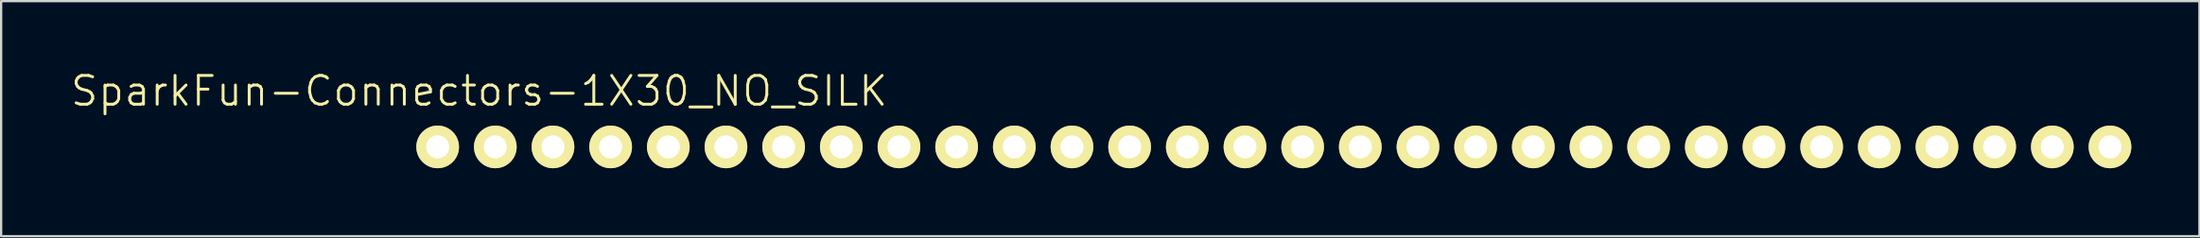
<source format=kicad_pcb>
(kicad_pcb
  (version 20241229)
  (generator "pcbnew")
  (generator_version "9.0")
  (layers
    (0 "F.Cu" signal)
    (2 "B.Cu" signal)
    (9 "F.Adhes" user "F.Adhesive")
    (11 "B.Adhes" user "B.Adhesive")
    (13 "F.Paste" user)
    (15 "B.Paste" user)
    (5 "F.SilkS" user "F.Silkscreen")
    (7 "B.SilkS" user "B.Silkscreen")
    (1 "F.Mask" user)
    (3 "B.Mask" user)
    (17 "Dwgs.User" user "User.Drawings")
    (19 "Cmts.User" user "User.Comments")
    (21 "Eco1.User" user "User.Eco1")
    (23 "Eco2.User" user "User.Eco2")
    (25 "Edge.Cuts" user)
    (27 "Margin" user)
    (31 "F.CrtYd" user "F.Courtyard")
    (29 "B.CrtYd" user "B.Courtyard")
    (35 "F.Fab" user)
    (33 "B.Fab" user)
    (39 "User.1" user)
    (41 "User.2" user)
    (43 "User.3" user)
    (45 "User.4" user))
  (footprint "SparkFun-Connectors-1X30_NO_SILK"
    (layer "F.Cu")
    (at 16.226 3.43)
    (property "Reference" "SparkFun-Connectors-1X30_NO_SILK" (at 1.829 -2.464 0) (layer "F.SilkS") (effects (font (size 1.27 1.27) (thickness 0.127))))
    (attr exclude_from_pos_files exclude_from_bom)
    (fp_line (start -0.254 -0.254) (end 0.254 -0.254) (stroke (width 0.066) (type solid)) (layer "F.SilkS"))
    (fp_line (start -0.254 0.254) (end -0.254 -0.254) (stroke (width 0.066) (type solid)) (layer "F.SilkS"))
    (fp_line (start -0.254 0.254) (end 0.254 0.254) (stroke (width 0.066) (type solid)) (layer "F.SilkS"))
    (fp_line (start 0.254 0.254) (end 0.254 -0.254) (stroke (width 0.066) (type solid)) (layer "F.SilkS"))
    (fp_line (start 2.286 -0.254) (end 2.794 -0.254) (stroke (width 0.066) (type solid)) (layer "F.SilkS"))
    (fp_line (start 2.286 0.254) (end 2.286 -0.254) (stroke (width 0.066) (type solid)) (layer "F.SilkS"))
    (fp_line (start 2.286 0.254) (end 2.794 0.254) (stroke (width 0.066) (type solid)) (layer "F.SilkS"))
    (fp_line (start 2.794 0.254) (end 2.794 -0.254) (stroke (width 0.066) (type solid)) (layer "F.SilkS"))
    (fp_line (start 4.826 -0.254) (end 5.334 -0.254) (stroke (width 0.066) (type solid)) (layer "F.SilkS"))
    (fp_line (start 4.826 0.254) (end 4.826 -0.254) (stroke (width 0.066) (type solid)) (layer "F.SilkS"))
    (fp_line (start 4.826 0.254) (end 5.334 0.254) (stroke (width 0.066) (type solid)) (layer "F.SilkS"))
    (fp_line (start 5.334 0.254) (end 5.334 -0.254) (stroke (width 0.066) (type solid)) (layer "F.SilkS"))
    (fp_line (start 7.366 -0.254) (end 7.874 -0.254) (stroke (width 0.066) (type solid)) (layer "F.SilkS"))
    (fp_line (start 7.366 0.254) (end 7.366 -0.254) (stroke (width 0.066) (type solid)) (layer "F.SilkS"))
    (fp_line (start 7.366 0.254) (end 7.874 0.254) (stroke (width 0.066) (type solid)) (layer "F.SilkS"))
    (fp_line (start 7.874 0.254) (end 7.874 -0.254) (stroke (width 0.066) (type solid)) (layer "F.SilkS"))
    (fp_line (start 9.906 -0.254) (end 10.414 -0.254) (stroke (width 0.066) (type solid)) (layer "F.SilkS"))
    (fp_line (start 9.906 0.254) (end 9.906 -0.254) (stroke (width 0.066) (type solid)) (layer "F.SilkS"))
    (fp_line (start 9.906 0.254) (end 10.414 0.254) (stroke (width 0.066) (type solid)) (layer "F.SilkS"))
    (fp_line (start 10.414 0.254) (end 10.414 -0.254) (stroke (width 0.066) (type solid)) (layer "F.SilkS"))
    (fp_line (start 12.446 -0.254) (end 12.954 -0.254) (stroke (width 0.066) (type solid)) (layer "F.SilkS"))
    (fp_line (start 12.446 0.254) (end 12.446 -0.254) (stroke (width 0.066) (type solid)) (layer "F.SilkS"))
    (fp_line (start 12.446 0.254) (end 12.954 0.254) (stroke (width 0.066) (type solid)) (layer "F.SilkS"))
    (fp_line (start 12.954 0.254) (end 12.954 -0.254) (stroke (width 0.066) (type solid)) (layer "F.SilkS"))
    (fp_line (start 14.986 -0.254) (end 15.494 -0.254) (stroke (width 0.066) (type solid)) (layer "F.SilkS"))
    (fp_line (start 14.986 0.254) (end 14.986 -0.254) (stroke (width 0.066) (type solid)) (layer "F.SilkS"))
    (fp_line (start 14.986 0.254) (end 15.494 0.254) (stroke (width 0.066) (type solid)) (layer "F.SilkS"))
    (fp_line (start 15.494 0.254) (end 15.494 -0.254) (stroke (width 0.066) (type solid)) (layer "F.SilkS"))
    (fp_line (start 17.523 -0.254) (end 18.034 -0.254) (stroke (width 0.066) (type solid)) (layer "F.SilkS"))
    (fp_line (start 17.523 0.254) (end 17.523 -0.254) (stroke (width 0.066) (type solid)) (layer "F.SilkS"))
    (fp_line (start 17.523 0.254) (end 18.034 0.254) (stroke (width 0.066) (type solid)) (layer "F.SilkS"))
    (fp_line (start 18.034 0.254) (end 18.034 -0.254) (stroke (width 0.066) (type solid)) (layer "F.SilkS"))
    (fp_line (start 20.066 -0.254) (end 20.574 -0.254) (stroke (width 0.066) (type solid)) (layer "F.SilkS"))
    (fp_line (start 20.066 0.254) (end 20.066 -0.254) (stroke (width 0.066) (type solid)) (layer "F.SilkS"))
    (fp_line (start 20.066 0.254) (end 20.574 0.254) (stroke (width 0.066) (type solid)) (layer "F.SilkS"))
    (fp_line (start 20.574 0.254) (end 20.574 -0.254) (stroke (width 0.066) (type solid)) (layer "F.SilkS"))
    (fp_line (start 22.606 -0.254) (end 23.114 -0.254) (stroke (width 0.066) (type solid)) (layer "F.SilkS"))
    (fp_line (start 22.606 0.254) (end 22.606 -0.254) (stroke (width 0.066) (type solid)) (layer "F.SilkS"))
    (fp_line (start 22.606 0.254) (end 23.114 0.254) (stroke (width 0.066) (type solid)) (layer "F.SilkS"))
    (fp_line (start 23.114 0.254) (end 23.114 -0.254) (stroke (width 0.066) (type solid)) (layer "F.SilkS"))
    (fp_line (start 25.146 -0.254) (end 25.654 -0.254) (stroke (width 0.066) (type solid)) (layer "F.SilkS"))
    (fp_line (start 25.146 0.254) (end 25.146 -0.254) (stroke (width 0.066) (type solid)) (layer "F.SilkS"))
    (fp_line (start 25.146 0.254) (end 25.654 0.254) (stroke (width 0.066) (type solid)) (layer "F.SilkS"))
    (fp_line (start 25.654 0.254) (end 25.654 -0.254) (stroke (width 0.066) (type solid)) (layer "F.SilkS"))
    (fp_line (start 27.686 -0.254) (end 28.194 -0.254) (stroke (width 0.066) (type solid)) (layer "F.SilkS"))
    (fp_line (start 27.686 0.254) (end 27.686 -0.254) (stroke (width 0.066) (type solid)) (layer "F.SilkS"))
    (fp_line (start 27.686 0.254) (end 28.194 0.254) (stroke (width 0.066) (type solid)) (layer "F.SilkS"))
    (fp_line (start 28.194 0.254) (end 28.194 -0.254) (stroke (width 0.066) (type solid)) (layer "F.SilkS"))
    (fp_line (start 30.226 -0.254) (end 30.734 -0.254) (stroke (width 0.066) (type solid)) (layer "F.SilkS"))
    (fp_line (start 30.226 0.254) (end 30.226 -0.254) (stroke (width 0.066) (type solid)) (layer "F.SilkS"))
    (fp_line (start 30.226 0.254) (end 30.734 0.254) (stroke (width 0.066) (type solid)) (layer "F.SilkS"))
    (fp_line (start 30.734 0.254) (end 30.734 -0.254) (stroke (width 0.066) (type solid)) (layer "F.SilkS"))
    (fp_line (start 32.766 -0.254) (end 33.274 -0.254) (stroke (width 0.066) (type solid)) (layer "F.SilkS"))
    (fp_line (start 32.766 0.254) (end 32.766 -0.254) (stroke (width 0.066) (type solid)) (layer "F.SilkS"))
    (fp_line (start 32.766 0.254) (end 33.274 0.254) (stroke (width 0.066) (type solid)) (layer "F.SilkS"))
    (fp_line (start 33.274 0.254) (end 33.274 -0.254) (stroke (width 0.066) (type solid)) (layer "F.SilkS"))
    (fp_line (start 35.303 -0.254) (end 35.814 -0.254) (stroke (width 0.066) (type solid)) (layer "F.SilkS"))
    (fp_line (start 35.303 0.254) (end 35.303 -0.254) (stroke (width 0.066) (type solid)) (layer "F.SilkS"))
    (fp_line (start 35.303 0.254) (end 35.814 0.254) (stroke (width 0.066) (type solid)) (layer "F.SilkS"))
    (fp_line (start 35.814 0.254) (end 35.814 -0.254) (stroke (width 0.066) (type solid)) (layer "F.SilkS"))
    (fp_line (start 37.846 -0.254) (end 38.354 -0.254) (stroke (width 0.066) (type solid)) (layer "F.SilkS"))
    (fp_line (start 37.846 0.254) (end 37.846 -0.254) (stroke (width 0.066) (type solid)) (layer "F.SilkS"))
    (fp_line (start 37.846 0.254) (end 38.354 0.254) (stroke (width 0.066) (type solid)) (layer "F.SilkS"))
    (fp_line (start 38.354 0.254) (end 38.354 -0.254) (stroke (width 0.066) (type solid)) (layer "F.SilkS"))
    (fp_line (start 40.386 -0.254) (end 40.894 -0.254) (stroke (width 0.066) (type solid)) (layer "F.SilkS"))
    (fp_line (start 40.386 0.254) (end 40.386 -0.254) (stroke (width 0.066) (type solid)) (layer "F.SilkS"))
    (fp_line (start 40.386 0.254) (end 40.894 0.254) (stroke (width 0.066) (type solid)) (layer "F.SilkS"))
    (fp_line (start 40.894 0.254) (end 40.894 -0.254) (stroke (width 0.066) (type solid)) (layer "F.SilkS"))
    (fp_line (start 42.926 -0.254) (end 43.434 -0.254) (stroke (width 0.066) (type solid)) (layer "F.SilkS"))
    (fp_line (start 42.926 0.254) (end 42.926 -0.254) (stroke (width 0.066) (type solid)) (layer "F.SilkS"))
    (fp_line (start 42.926 0.254) (end 43.434 0.254) (stroke (width 0.066) (type solid)) (layer "F.SilkS"))
    (fp_line (start 43.434 0.254) (end 43.434 -0.254) (stroke (width 0.066) (type solid)) (layer "F.SilkS"))
    (fp_line (start 45.466 -0.254) (end 45.974 -0.254) (stroke (width 0.066) (type solid)) (layer "F.SilkS"))
    (fp_line (start 45.466 0.254) (end 45.466 -0.254) (stroke (width 0.066) (type solid)) (layer "F.SilkS"))
    (fp_line (start 45.466 0.254) (end 45.974 0.254) (stroke (width 0.066) (type solid)) (layer "F.SilkS"))
    (fp_line (start 45.974 0.254) (end 45.974 -0.254) (stroke (width 0.066) (type solid)) (layer "F.SilkS"))
    (fp_line (start 48.006 -0.254) (end 48.514 -0.254) (stroke (width 0.066) (type solid)) (layer "F.SilkS"))
    (fp_line (start 48.006 0.254) (end 48.006 -0.254) (stroke (width 0.066) (type solid)) (layer "F.SilkS"))
    (fp_line (start 48.006 0.254) (end 48.514 0.254) (stroke (width 0.066) (type solid)) (layer "F.SilkS"))
    (fp_line (start 48.514 0.254) (end 48.514 -0.254) (stroke (width 0.066) (type solid)) (layer "F.SilkS"))
    (fp_line (start 50.546 -0.254) (end 51.051 -0.254) (stroke (width 0.066) (type solid)) (layer "F.SilkS"))
    (fp_line (start 50.546 0.254) (end 50.546 -0.254) (stroke (width 0.066) (type solid)) (layer "F.SilkS"))
    (fp_line (start 50.546 0.254) (end 51.051 0.254) (stroke (width 0.066) (type solid)) (layer "F.SilkS"))
    (fp_line (start 51.051 0.254) (end 51.051 -0.254) (stroke (width 0.066) (type solid)) (layer "F.SilkS"))
    (fp_line (start 53.086 -0.254) (end 53.594 -0.254) (stroke (width 0.066) (type solid)) (layer "F.SilkS"))
    (fp_line (start 53.086 0.254) (end 53.086 -0.254) (stroke (width 0.066) (type solid)) (layer "F.SilkS"))
    (fp_line (start 53.086 0.254) (end 53.594 0.254) (stroke (width 0.066) (type solid)) (layer "F.SilkS"))
    (fp_line (start 53.594 0.254) (end 53.594 -0.254) (stroke (width 0.066) (type solid)) (layer "F.SilkS"))
    (fp_line (start 55.626 -0.254) (end 56.134 -0.254) (stroke (width 0.066) (type solid)) (layer "F.SilkS"))
    (fp_line (start 55.626 0.254) (end 55.626 -0.254) (stroke (width 0.066) (type solid)) (layer "F.SilkS"))
    (fp_line (start 55.626 0.254) (end 56.134 0.254) (stroke (width 0.066) (type solid)) (layer "F.SilkS"))
    (fp_line (start 56.134 0.254) (end 56.134 -0.254) (stroke (width 0.066) (type solid)) (layer "F.SilkS"))
    (fp_line (start 58.166 -0.254) (end 58.674 -0.254) (stroke (width 0.066) (type solid)) (layer "F.SilkS"))
    (fp_line (start 58.166 0.254) (end 58.166 -0.254) (stroke (width 0.066) (type solid)) (layer "F.SilkS"))
    (fp_line (start 58.166 0.254) (end 58.674 0.254) (stroke (width 0.066) (type solid)) (layer "F.SilkS"))
    (fp_line (start 58.674 0.254) (end 58.674 -0.254) (stroke (width 0.066) (type solid)) (layer "F.SilkS"))
    (fp_line (start 60.706 -0.254) (end 61.214 -0.254) (stroke (width 0.066) (type solid)) (layer "F.SilkS"))
    (fp_line (start 60.706 0.254) (end 60.706 -0.254) (stroke (width 0.066) (type solid)) (layer "F.SilkS"))
    (fp_line (start 60.706 0.254) (end 61.214 0.254) (stroke (width 0.066) (type solid)) (layer "F.SilkS"))
    (fp_line (start 61.214 0.254) (end 61.214 -0.254) (stroke (width 0.066) (type solid)) (layer "F.SilkS"))
    (fp_line (start 63.246 -0.254) (end 63.751 -0.254) (stroke (width 0.066) (type solid)) (layer "F.SilkS"))
    (fp_line (start 63.246 0.254) (end 63.246 -0.254) (stroke (width 0.066) (type solid)) (layer "F.SilkS"))
    (fp_line (start 63.246 0.254) (end 63.751 0.254) (stroke (width 0.066) (type solid)) (layer "F.SilkS"))
    (fp_line (start 63.751 0.254) (end 63.751 -0.254) (stroke (width 0.066) (type solid)) (layer "F.SilkS"))
    (fp_line (start 65.786 -0.254) (end 66.294 -0.254) (stroke (width 0.066) (type solid)) (layer "F.SilkS"))
    (fp_line (start 65.786 0.254) (end 65.786 -0.254) (stroke (width 0.066) (type solid)) (layer "F.SilkS"))
    (fp_line (start 65.786 0.254) (end 66.294 0.254) (stroke (width 0.066) (type solid)) (layer "F.SilkS"))
    (fp_line (start 66.294 0.254) (end 66.294 -0.254) (stroke (width 0.066) (type solid)) (layer "F.SilkS"))
    (fp_line (start 68.326 -0.254) (end 68.834 -0.254) (stroke (width 0.066) (type solid)) (layer "F.SilkS"))
    (fp_line (start 68.326 0.254) (end 68.326 -0.254) (stroke (width 0.066) (type solid)) (layer "F.SilkS"))
    (fp_line (start 68.326 0.254) (end 68.834 0.254) (stroke (width 0.066) (type solid)) (layer "F.SilkS"))
    (fp_line (start 68.834 0.254) (end 68.834 -0.254) (stroke (width 0.066) (type solid)) (layer "F.SilkS"))
    (fp_line (start 70.866 -0.254) (end 71.374 -0.254) (stroke (width 0.066) (type solid)) (layer "F.SilkS"))
    (fp_line (start 70.866 0.254) (end 70.866 -0.254) (stroke (width 0.066) (type solid)) (layer "F.SilkS"))
    (fp_line (start 70.866 0.254) (end 71.374 0.254) (stroke (width 0.066) (type solid)) (layer "F.SilkS"))
    (fp_line (start 71.374 0.254) (end 71.374 -0.254) (stroke (width 0.066) (type solid)) (layer "F.SilkS"))
    (fp_line (start 73.406 -0.254) (end 73.914 -0.254) (stroke (width 0.066) (type solid)) (layer "F.SilkS"))
    (fp_line (start 73.406 0.254) (end 73.406 -0.254) (stroke (width 0.066) (type solid)) (layer "F.SilkS"))
    (fp_line (start 73.406 0.254) (end 73.914 0.254) (stroke (width 0.066) (type solid)) (layer "F.SilkS"))
    (fp_line (start 73.914 0.254) (end 73.914 -0.254) (stroke (width 0.066) (type solid)) (layer "F.SilkS"))
    (pad "1" thru_hole circle (at 0 0) (size 1.88 1.88) (drill 1.016) (layers "*.Cu" "F.Mask" "F.SilkS" "F.Paste"))
    (pad "2" thru_hole circle (at 2.54 0) (size 1.88 1.88) (drill 1.016) (layers "*.Cu" "F.Mask" "F.SilkS" "F.Paste"))
    (pad "3" thru_hole circle (at 5.08 0) (size 1.88 1.88) (drill 1.016) (layers "*.Cu" "F.Mask" "F.SilkS" "F.Paste"))
    (pad "4" thru_hole circle (at 7.62 0) (size 1.88 1.88) (drill 1.016) (layers "*.Cu" "F.Mask" "F.SilkS" "F.Paste"))
    (pad "5" thru_hole circle (at 10.16 0) (size 1.88 1.88) (drill 1.016) (layers "*.Cu" "F.Mask" "F.SilkS" "F.Paste"))
    (pad "6" thru_hole circle (at 12.7 0) (size 1.88 1.88) (drill 1.016) (layers "*.Cu" "F.Mask" "F.SilkS" "F.Paste"))
    (pad "7" thru_hole circle (at 15.24 0) (size 1.88 1.88) (drill 1.016) (layers "*.Cu" "F.Mask" "F.SilkS" "F.Paste"))
    (pad "8" thru_hole circle (at 17.78 0) (size 1.88 1.88) (drill 1.016) (layers "*.Cu" "F.Mask" "F.SilkS" "F.Paste"))
    (pad "9" thru_hole circle (at 20.32 0) (size 1.88 1.88) (drill 1.016) (layers "*.Cu" "F.Mask" "F.SilkS" "F.Paste"))
    (pad "10" thru_hole circle (at 22.86 0) (size 1.88 1.88) (drill 1.016) (layers "*.Cu" "F.Mask" "F.SilkS" "F.Paste"))
    (pad "11" thru_hole circle (at 25.4 0) (size 1.88 1.88) (drill 1.016) (layers "*.Cu" "F.Mask" "F.SilkS" "F.Paste"))
    (pad "12" thru_hole circle (at 27.94 0) (size 1.88 1.88) (drill 1.016) (layers "*.Cu" "F.Mask" "F.SilkS" "F.Paste"))
    (pad "13" thru_hole circle (at 30.48 0) (size 1.88 1.88) (drill 1.016) (layers "*.Cu" "F.Mask" "F.SilkS" "F.Paste"))
    (pad "14" thru_hole circle (at 33.02 0) (size 1.88 1.88) (drill 1.016) (layers "*.Cu" "F.Mask" "F.SilkS" "F.Paste"))
    (pad "15" thru_hole circle (at 35.56 0) (size 1.88 1.88) (drill 1.016) (layers "*.Cu" "F.Mask" "F.SilkS" "F.Paste"))
    (pad "16" thru_hole circle (at 38.1 0) (size 1.88 1.88) (drill 1.016) (layers "*.Cu" "F.Mask" "F.SilkS" "F.Paste"))
    (pad "17" thru_hole circle (at 40.64 0) (size 1.88 1.88) (drill 1.016) (layers "*.Cu" "F.Mask" "F.SilkS" "F.Paste"))
    (pad "18" thru_hole circle (at 43.18 0) (size 1.88 1.88) (drill 1.016) (layers "*.Cu" "F.Mask" "F.SilkS" "F.Paste"))
    (pad "19" thru_hole circle (at 45.72 0) (size 1.88 1.88) (drill 1.016) (layers "*.Cu" "F.Mask" "F.SilkS" "F.Paste"))
    (pad "20" thru_hole circle (at 48.26 0) (size 1.88 1.88) (drill 1.016) (layers "*.Cu" "F.Mask" "F.SilkS" "F.Paste"))
    (pad "21" thru_hole circle (at 50.8 0) (size 1.88 1.88) (drill 1.016) (layers "*.Cu" "F.Mask" "F.SilkS" "F.Paste"))
    (pad "22" thru_hole circle (at 53.34 0) (size 1.88 1.88) (drill 1.016) (layers "*.Cu" "F.Mask" "F.SilkS" "F.Paste"))
    (pad "23" thru_hole circle (at 55.88 0) (size 1.88 1.88) (drill 1.016) (layers "*.Cu" "F.Mask" "F.SilkS" "F.Paste"))
    (pad "24" thru_hole circle (at 58.42 0) (size 1.88 1.88) (drill 1.016) (layers "*.Cu" "F.Mask" "F.SilkS" "F.Paste"))
    (pad "25" thru_hole circle (at 60.96 0) (size 1.88 1.88) (drill 1.016) (layers "*.Cu" "F.Mask" "F.SilkS" "F.Paste"))
    (pad "26" thru_hole circle (at 63.5 0) (size 1.88 1.88) (drill 1.016) (layers "*.Cu" "F.Mask" "F.SilkS" "F.Paste"))
    (pad "27" thru_hole circle (at 66.04 0) (size 1.88 1.88) (drill 1.016) (layers "*.Cu" "F.Mask" "F.SilkS" "F.Paste"))
    (pad "28" thru_hole circle (at 68.58 0) (size 1.88 1.88) (drill 1.016) (layers "*.Cu" "F.Mask" "F.SilkS" "F.Paste"))
    (pad "29" thru_hole circle (at 71.12 0) (size 1.88 1.88) (drill 1.016) (layers "*.Cu" "F.Mask" "F.SilkS" "F.Paste"))
    (pad "30" thru_hole circle (at 73.66 0) (size 1.88 1.88) (drill 1.016) (layers "*.Cu" "F.Mask" "F.SilkS" "F.Paste")))
  (gr_rect
    (start -3 -3)
    (end 93.826 7.369)
    (stroke (width 0.1) (type default))
    (fill no)
    (layer "Edge.Cuts")))
</source>
